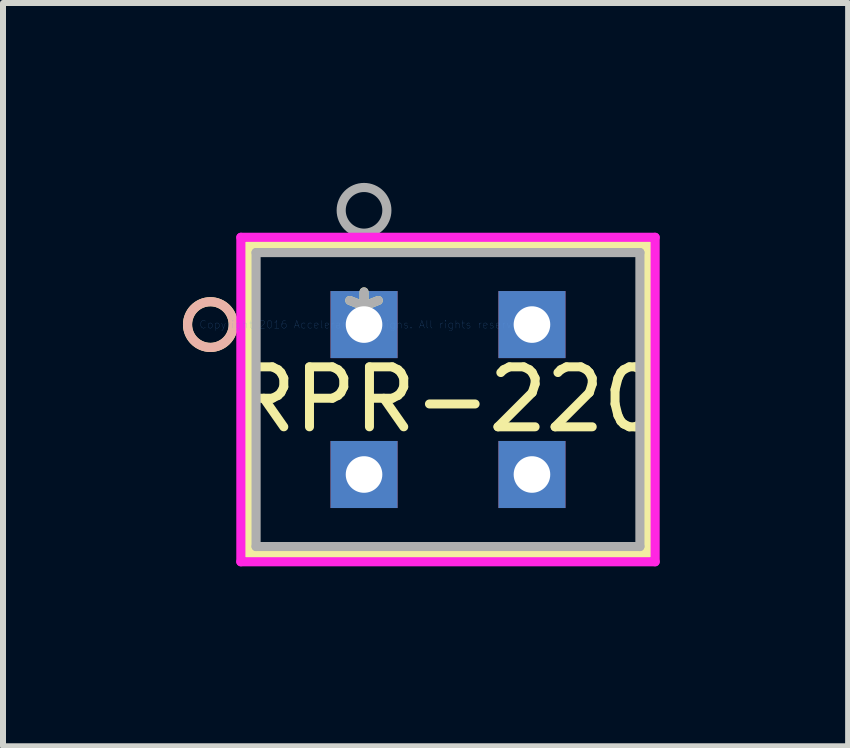
<source format=kicad_pcb>
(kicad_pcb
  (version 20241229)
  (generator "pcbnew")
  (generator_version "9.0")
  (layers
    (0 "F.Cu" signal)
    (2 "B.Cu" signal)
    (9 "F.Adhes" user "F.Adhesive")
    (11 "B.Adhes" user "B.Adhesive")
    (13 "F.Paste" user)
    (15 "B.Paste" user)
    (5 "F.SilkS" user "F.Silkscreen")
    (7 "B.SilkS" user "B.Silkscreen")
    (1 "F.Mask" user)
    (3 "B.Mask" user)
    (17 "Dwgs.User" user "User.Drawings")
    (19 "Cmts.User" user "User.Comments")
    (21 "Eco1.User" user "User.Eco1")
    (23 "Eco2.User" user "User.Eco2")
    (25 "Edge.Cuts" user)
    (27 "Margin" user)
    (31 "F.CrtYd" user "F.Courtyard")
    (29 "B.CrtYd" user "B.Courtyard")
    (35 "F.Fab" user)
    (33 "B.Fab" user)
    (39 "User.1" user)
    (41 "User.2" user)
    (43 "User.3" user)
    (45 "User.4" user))
  (footprint "RPR-220"
    (layer "F.Cu")
    (at 3.02 2.362)
    (property "Reference" "RPR-220" (at 1.4 1.25 0) (layer "F.SilkS") (effects (font (size 1 1) (thickness 0.15))))
    (attr through_hole)
    (fp_line (start -1.927 -1.328) (end -1.927 3.828) (stroke (width 0.152) (type solid)) (layer "F.SilkS"))
    (fp_line (start -1.927 3.828) (end 4.727 3.828) (stroke (width 0.152) (type solid)) (layer "F.SilkS"))
    (fp_line (start 4.727 -1.328) (end -1.927 -1.328) (stroke (width 0.152) (type solid)) (layer "F.SilkS"))
    (fp_line (start 4.727 3.828) (end 4.727 -1.328) (stroke (width 0.152) (type solid)) (layer "F.SilkS"))
    (fp_circle (center -2.562 0) (end -2.181 0) (stroke (width 0.152) (type solid)) (fill no) (layer "F.SilkS"))
    (fp_circle (center -2.562 0) (end -2.181 0) (stroke (width 0.152) (type solid)) (fill no) (layer "B.SilkS"))
    (fp_line (start -2.054 -1.455) (end -2.054 3.955) (stroke (width 0.152) (type solid)) (layer "F.CrtYd"))
    (fp_line (start -2.054 3.955) (end 4.854 3.955) (stroke (width 0.152) (type solid)) (layer "F.CrtYd"))
    (fp_line (start 4.854 -1.455) (end -2.054 -1.455) (stroke (width 0.152) (type solid)) (layer "F.CrtYd"))
    (fp_line (start 4.854 3.955) (end 4.854 -1.455) (stroke (width 0.152) (type solid)) (layer "F.CrtYd"))
    (fp_line (start -1.8 -1.201) (end -1.8 3.701) (stroke (width 0.152) (type solid)) (layer "F.Fab"))
    (fp_line (start -1.8 3.701) (end 4.6 3.701) (stroke (width 0.152) (type solid)) (layer "F.Fab"))
    (fp_line (start 4.6 -1.201) (end -1.8 -1.201) (stroke (width 0.152) (type solid)) (layer "F.Fab"))
    (fp_line (start 4.6 3.701) (end 4.6 -1.201) (stroke (width 0.152) (type solid)) (layer "F.Fab"))
    (fp_circle (center 0 -1.905) (end 0.381 -1.905) (stroke (width 0.152) (type solid)) (fill no) (layer "F.Fab"))
    (fp_text user "*" (at 0 0 0) (layer "F.SilkS") (effects (font (size 1 1) (thickness 0.15))))
    (fp_text user "Copyright 2016 Accelerated Designs. All rights reserved." (at 0 0 0) (layer "Cmts.User") (effects (font (size 0.127 0.127) (thickness 0.002))))
    (fp_text user "*" (at 0 0 0) (layer "F.Fab") (effects (font (size 1 1) (thickness 0.15))))
    (pad "1" thru_hole rect (at 0 0) (size 1.118 1.118) (drill 0.61) (layers "*.Cu" "*.Mask"))
    (pad "2" thru_hole rect (at 0 2.5) (size 1.118 1.118) (drill 0.61) (layers "*.Cu" "*.Mask"))
    (pad "3" thru_hole rect (at 2.8 0) (size 1.118 1.118) (drill 0.61) (layers "*.Cu" "*.Mask"))
    (pad "4" thru_hole rect (at 2.8 2.5) (size 1.118 1.118) (drill 0.61) (layers "*.Cu" "*.Mask")))
  (gr_rect
    (start -3 -3)
    (end 11.092 9.393)
    (stroke (width 0.1) (type default))
    (fill no)
    (layer "Edge.Cuts")))
</source>
